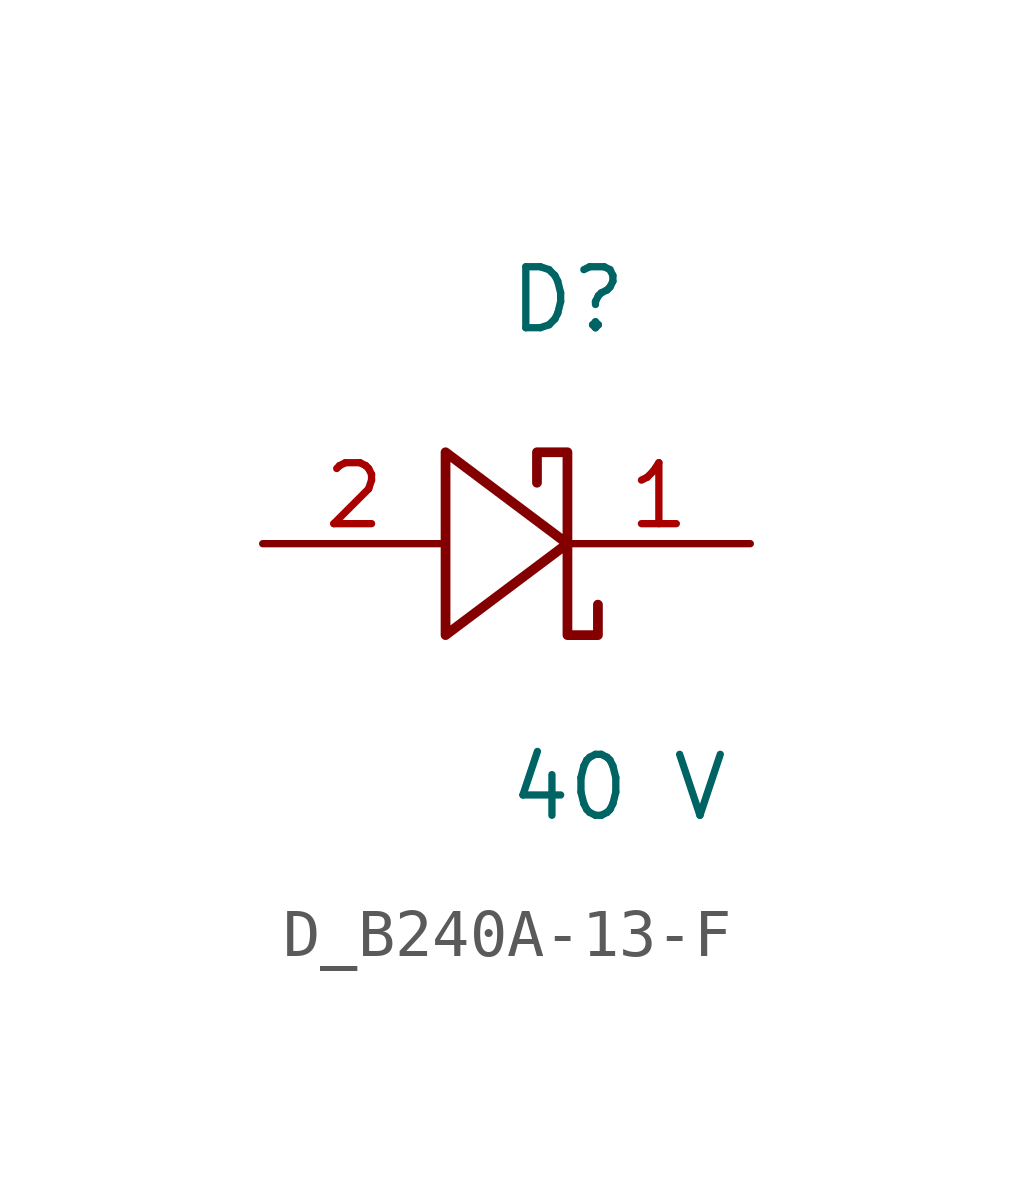
<source format=kicad_sym>
(kicad_symbol_lib
  (version 20231120)
  (generator kicad_symbol_editor)
  (generator_version 8.0)
  (symbol "D_B240A-13-F"
    (pin_names
      (offset 0.254))
    (property "Reference" "D"
      (at 0 5.08 0)
      (effects (font (size 1.27 1.27)) (justify left)))
    (property "Value" "40 V"
      (at 0 -5.08 0)
      (effects (font (size 1.27 1.27)) (justify left)))
    (symbol "D_B240A-13-F_1_0"
      (polyline (pts (xy 0.635 1.27) (xy 0.635 1.905) (xy 1.27 1.905) (xy 1.27 0) (xy -1.27 1.905) (xy -1.27 -1.905) (xy 1.27 0) (xy 1.27 -1.905) (xy 1.905 -1.905) (xy 1.905 -1.27)) (stroke (width 0.203) (type default)) (fill (type none)))
      (pin unspecified line (at 5.08 0 180) (length 3.81) (name "" (effects (font (size 1.27 1.27)))) (number "1" (effects (font (size 1.27 1.27)))))
      (pin unspecified line (at -5.08 0 0) (length 3.81) (name "" (effects (font (size 1.27 1.27)))) (number "2" (effects (font (size 1.27 1.27))))))))
</source>
